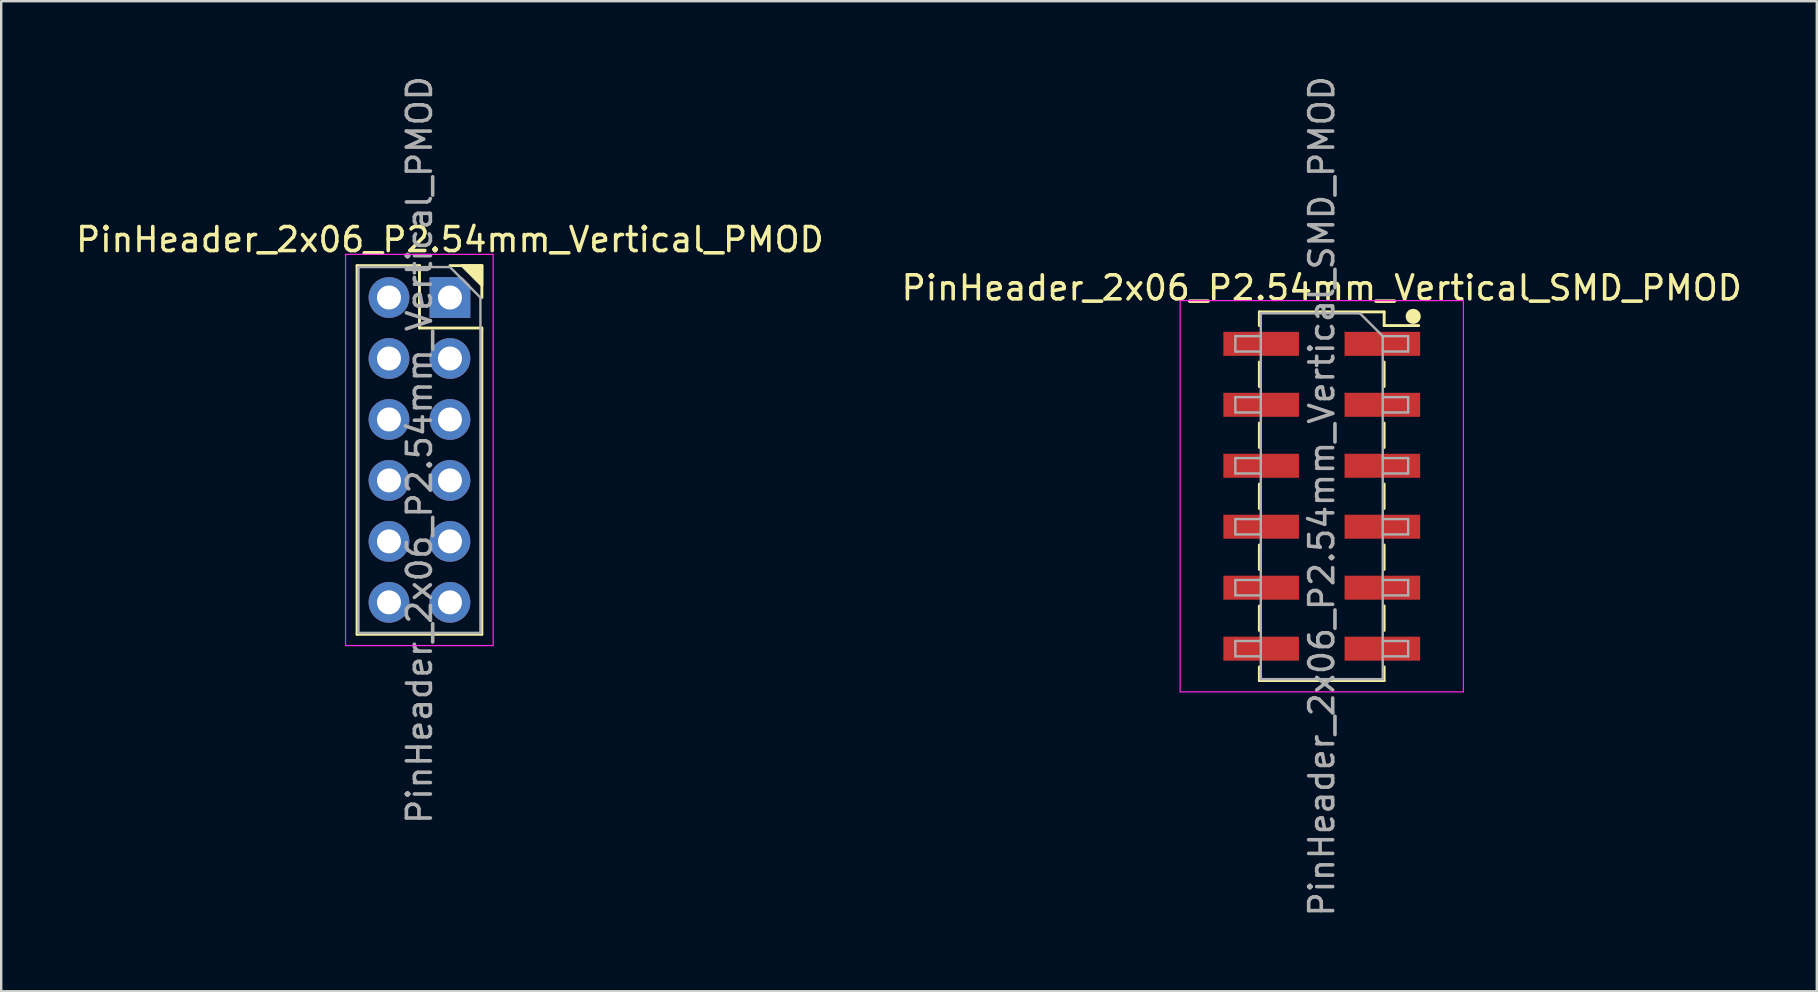
<source format=kicad_pcb>
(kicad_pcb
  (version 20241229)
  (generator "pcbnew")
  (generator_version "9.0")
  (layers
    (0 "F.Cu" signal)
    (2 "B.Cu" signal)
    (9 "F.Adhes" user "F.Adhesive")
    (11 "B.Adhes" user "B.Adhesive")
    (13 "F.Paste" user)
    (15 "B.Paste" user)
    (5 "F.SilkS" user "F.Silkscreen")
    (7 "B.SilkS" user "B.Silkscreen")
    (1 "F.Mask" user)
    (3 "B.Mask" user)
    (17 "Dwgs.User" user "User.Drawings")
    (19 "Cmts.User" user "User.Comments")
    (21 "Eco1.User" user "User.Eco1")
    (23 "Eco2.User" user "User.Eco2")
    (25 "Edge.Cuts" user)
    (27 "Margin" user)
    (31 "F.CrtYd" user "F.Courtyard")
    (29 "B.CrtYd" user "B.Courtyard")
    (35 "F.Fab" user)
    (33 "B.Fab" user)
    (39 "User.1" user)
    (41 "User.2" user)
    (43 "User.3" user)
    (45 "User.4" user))
  (footprint "PinHeader_2x06_P2.54mm_Vertical_SMD_PMOD"
    (layer "F.Cu")
    (at 52.018 17.625)
    (property "Reference" "PinHeader_2x06_P2.54mm_Vertical_SMD_PMOD" (at 0 -8.68 0) (layer "F.SilkS") (effects (font (size 1 1) (thickness 0.15))))
    (attr smd)
    (fp_line (start -2.6 -7.68) (end -2.6 -7.11) (stroke (width 0.12) (type solid)) (layer "F.SilkS"))
    (fp_line (start -2.6 -5.59) (end -2.6 -4.57) (stroke (width 0.12) (type solid)) (layer "F.SilkS"))
    (fp_line (start -2.6 -3.05) (end -2.6 -2.03) (stroke (width 0.12) (type solid)) (layer "F.SilkS"))
    (fp_line (start -2.6 -0.51) (end -2.6 0.51) (stroke (width 0.12) (type solid)) (layer "F.SilkS"))
    (fp_line (start -2.6 2.03) (end -2.6 3.05) (stroke (width 0.12) (type solid)) (layer "F.SilkS"))
    (fp_line (start -2.6 4.57) (end -2.6 5.59) (stroke (width 0.12) (type solid)) (layer "F.SilkS"))
    (fp_line (start -2.6 7.11) (end -2.6 7.68) (stroke (width 0.12) (type solid)) (layer "F.SilkS"))
    (fp_line (start 2.6 -7.68) (end -2.6 -7.68) (stroke (width 0.12) (type solid)) (layer "F.SilkS"))
    (fp_line (start 2.6 -7.68) (end 2.6 -7.11) (stroke (width 0.12) (type solid)) (layer "F.SilkS"))
    (fp_line (start 2.6 -5.59) (end 2.6 -4.57) (stroke (width 0.12) (type solid)) (layer "F.SilkS"))
    (fp_line (start 2.6 -3.05) (end 2.6 -2.03) (stroke (width 0.12) (type solid)) (layer "F.SilkS"))
    (fp_line (start 2.6 -0.51) (end 2.6 0.51) (stroke (width 0.12) (type solid)) (layer "F.SilkS"))
    (fp_line (start 2.6 2.03) (end 2.6 3.05) (stroke (width 0.12) (type solid)) (layer "F.SilkS"))
    (fp_line (start 2.6 4.57) (end 2.6 5.59) (stroke (width 0.12) (type solid)) (layer "F.SilkS"))
    (fp_line (start 2.6 7.11) (end 2.6 7.68) (stroke (width 0.12) (type solid)) (layer "F.SilkS"))
    (fp_line (start 2.6 7.68) (end -2.6 7.68) (stroke (width 0.12) (type solid)) (layer "F.SilkS"))
    (fp_line (start 4.04 -7.11) (end 2.6 -7.11) (stroke (width 0.12) (type solid)) (layer "F.SilkS"))
    (fp_circle (center 3.81 -7.493) (end 4.064 -7.493) (stroke (width 0.12) (type solid)) (fill yes) (layer "F.SilkS"))
    (fp_line (start -5.9 -8.15) (end 5.9 -8.15) (stroke (width 0.05) (type solid)) (layer "F.CrtYd"))
    (fp_line (start -5.9 8.15) (end -5.9 -8.15) (stroke (width 0.05) (type solid)) (layer "F.CrtYd"))
    (fp_line (start 5.9 -8.15) (end 5.9 8.15) (stroke (width 0.05) (type solid)) (layer "F.CrtYd"))
    (fp_line (start 5.9 8.15) (end -5.9 8.15) (stroke (width 0.05) (type solid)) (layer "F.CrtYd"))
    (fp_line (start -3.6 -6.67) (end -3.6 -6.03) (stroke (width 0.1) (type solid)) (layer "F.Fab"))
    (fp_line (start -3.6 -6.03) (end -2.54 -6.03) (stroke (width 0.1) (type solid)) (layer "F.Fab"))
    (fp_line (start -3.6 -4.13) (end -3.6 -3.49) (stroke (width 0.1) (type solid)) (layer "F.Fab"))
    (fp_line (start -3.6 -3.49) (end -2.54 -3.49) (stroke (width 0.1) (type solid)) (layer "F.Fab"))
    (fp_line (start -3.6 -1.59) (end -3.6 -0.95) (stroke (width 0.1) (type solid)) (layer "F.Fab"))
    (fp_line (start -3.6 -0.95) (end -2.54 -0.95) (stroke (width 0.1) (type solid)) (layer "F.Fab"))
    (fp_line (start -3.6 0.95) (end -3.6 1.59) (stroke (width 0.1) (type solid)) (layer "F.Fab"))
    (fp_line (start -3.6 1.59) (end -2.54 1.59) (stroke (width 0.1) (type solid)) (layer "F.Fab"))
    (fp_line (start -3.6 3.49) (end -3.6 4.13) (stroke (width 0.1) (type solid)) (layer "F.Fab"))
    (fp_line (start -3.6 4.13) (end -2.54 4.13) (stroke (width 0.1) (type solid)) (layer "F.Fab"))
    (fp_line (start -3.6 6.03) (end -3.6 6.67) (stroke (width 0.1) (type solid)) (layer "F.Fab"))
    (fp_line (start -3.6 6.67) (end -2.54 6.67) (stroke (width 0.1) (type solid)) (layer "F.Fab"))
    (fp_line (start -2.54 -7.62) (end -2.54 7.62) (stroke (width 0.1) (type solid)) (layer "F.Fab"))
    (fp_line (start -2.54 -6.67) (end -3.6 -6.67) (stroke (width 0.1) (type solid)) (layer "F.Fab"))
    (fp_line (start -2.54 -4.13) (end -3.6 -4.13) (stroke (width 0.1) (type solid)) (layer "F.Fab"))
    (fp_line (start -2.54 -1.59) (end -3.6 -1.59) (stroke (width 0.1) (type solid)) (layer "F.Fab"))
    (fp_line (start -2.54 0.95) (end -3.6 0.95) (stroke (width 0.1) (type solid)) (layer "F.Fab"))
    (fp_line (start -2.54 3.49) (end -3.6 3.49) (stroke (width 0.1) (type solid)) (layer "F.Fab"))
    (fp_line (start -2.54 6.03) (end -3.6 6.03) (stroke (width 0.1) (type solid)) (layer "F.Fab"))
    (fp_line (start -2.54 7.62) (end 2.54 7.62) (stroke (width 0.1) (type solid)) (layer "F.Fab"))
    (fp_line (start 1.59 -7.62) (end -2.54 -7.62) (stroke (width 0.1) (type solid)) (layer "F.Fab"))
    (fp_line (start 2.54 -6.67) (end 1.59 -7.62) (stroke (width 0.1) (type solid)) (layer "F.Fab"))
    (fp_line (start 2.54 -6.67) (end 3.6 -6.67) (stroke (width 0.1) (type solid)) (layer "F.Fab"))
    (fp_line (start 2.54 -4.13) (end 3.6 -4.13) (stroke (width 0.1) (type solid)) (layer "F.Fab"))
    (fp_line (start 2.54 -1.59) (end 3.6 -1.59) (stroke (width 0.1) (type solid)) (layer "F.Fab"))
    (fp_line (start 2.54 0.95) (end 3.6 0.95) (stroke (width 0.1) (type solid)) (layer "F.Fab"))
    (fp_line (start 2.54 3.49) (end 3.6 3.49) (stroke (width 0.1) (type solid)) (layer "F.Fab"))
    (fp_line (start 2.54 6.03) (end 3.6 6.03) (stroke (width 0.1) (type solid)) (layer "F.Fab"))
    (fp_line (start 2.54 7.62) (end 2.54 -6.67) (stroke (width 0.1) (type solid)) (layer "F.Fab"))
    (fp_line (start 3.6 -6.67) (end 3.6 -6.03) (stroke (width 0.1) (type solid)) (layer "F.Fab"))
    (fp_line (start 3.6 -6.03) (end 2.54 -6.03) (stroke (width 0.1) (type solid)) (layer "F.Fab"))
    (fp_line (start 3.6 -4.13) (end 3.6 -3.49) (stroke (width 0.1) (type solid)) (layer "F.Fab"))
    (fp_line (start 3.6 -3.49) (end 2.54 -3.49) (stroke (width 0.1) (type solid)) (layer "F.Fab"))
    (fp_line (start 3.6 -1.59) (end 3.6 -0.95) (stroke (width 0.1) (type solid)) (layer "F.Fab"))
    (fp_line (start 3.6 -0.95) (end 2.54 -0.95) (stroke (width 0.1) (type solid)) (layer "F.Fab"))
    (fp_line (start 3.6 0.95) (end 3.6 1.59) (stroke (width 0.1) (type solid)) (layer "F.Fab"))
    (fp_line (start 3.6 1.59) (end 2.54 1.59) (stroke (width 0.1) (type solid)) (layer "F.Fab"))
    (fp_line (start 3.6 3.49) (end 3.6 4.13) (stroke (width 0.1) (type solid)) (layer "F.Fab"))
    (fp_line (start 3.6 4.13) (end 2.54 4.13) (stroke (width 0.1) (type solid)) (layer "F.Fab"))
    (fp_line (start 3.6 6.03) (end 3.6 6.67) (stroke (width 0.1) (type solid)) (layer "F.Fab"))
    (fp_line (start 3.6 6.67) (end 2.54 6.67) (stroke (width 0.1) (type solid)) (layer "F.Fab"))
    (fp_text user "${REFERENCE}" (at 0 0 90) (layer "F.Fab") (effects (font (size 1 1) (thickness 0.15))))
    (pad "1" smd rect (at 2.525 -6.35) (size 3.15 1) (layers "F.Cu" "F.Mask" "F.Paste"))
    (pad "2" smd rect (at 2.525 -3.81) (size 3.15 1) (layers "F.Cu" "F.Mask" "F.Paste"))
    (pad "3" smd rect (at 2.525 -1.27) (size 3.15 1) (layers "F.Cu" "F.Mask" "F.Paste"))
    (pad "4" smd rect (at 2.525 1.27) (size 3.15 1) (layers "F.Cu" "F.Mask" "F.Paste"))
    (pad "5" smd rect (at 2.525 3.81) (size 3.15 1) (layers "F.Cu" "F.Mask" "F.Paste"))
    (pad "6" smd rect (at 2.525 6.35) (size 3.15 1) (layers "F.Cu" "F.Mask" "F.Paste"))
    (pad "7" smd rect (at -2.525 -6.35) (size 3.15 1) (layers "F.Cu" "F.Mask" "F.Paste"))
    (pad "8" smd rect (at -2.525 -3.81) (size 3.15 1) (layers "F.Cu" "F.Mask" "F.Paste"))
    (pad "9" smd rect (at -2.525 -1.27) (size 3.15 1) (layers "F.Cu" "F.Mask" "F.Paste"))
    (pad "10" smd rect (at -2.525 1.27) (size 3.15 1) (layers "F.Cu" "F.Mask" "F.Paste"))
    (pad "11" smd rect (at -2.525 3.81) (size 3.15 1) (layers "F.Cu" "F.Mask" "F.Paste"))
    (pad "12" smd rect (at -2.525 6.35) (size 3.15 1) (layers "F.Cu" "F.Mask" "F.Paste")))
  (footprint "PinHeader_2x06_P2.54mm_Vertical_PMOD"
    (layer "F.Cu")
    (at 15.696 9.346)
    (property "Reference" "PinHeader_2x06_P2.54mm_Vertical_PMOD" (at 0 -2.413 0) (layer "F.SilkS") (effects (font (size 1 1) (thickness 0.15))))
    (attr through_hole)
    (fp_line (start -3.87 -1.33) (end -3.87 14.03) (stroke (width 0.12) (type solid)) (layer "F.SilkS"))
    (fp_line (start -1.27 -1.33) (end -3.87 -1.33) (stroke (width 0.12) (type solid)) (layer "F.SilkS"))
    (fp_line (start -1.27 1.27) (end -1.27 -1.33) (stroke (width 0.12) (type solid)) (layer "F.SilkS"))
    (fp_line (start 1.33 -1.33) (end 0 -1.33) (stroke (width 0.12) (type solid)) (layer "F.SilkS"))
    (fp_line (start 1.33 0) (end 1.33 -1.33) (stroke (width 0.12) (type solid)) (layer "F.SilkS"))
    (fp_line (start 1.33 1.27) (end -1.27 1.27) (stroke (width 0.12) (type solid)) (layer "F.SilkS"))
    (fp_line (start 1.33 1.27) (end 1.33 14.03) (stroke (width 0.12) (type solid)) (layer "F.SilkS"))
    (fp_line (start 1.33 14.03) (end -3.87 14.03) (stroke (width 0.12) (type solid)) (layer "F.SilkS"))
    (fp_poly (pts (xy 0.508 -1.33) (xy 1.33 -1.33) (xy 1.33 -0.508)) (stroke (width 0.12) (type solid)) (fill yes) (layer "F.SilkS"))
    (fp_line (start -4.35 -1.8) (end 1.8 -1.8) (stroke (width 0.05) (type solid)) (layer "F.CrtYd"))
    (fp_line (start -4.35 14.5) (end -4.35 -1.8) (stroke (width 0.05) (type solid)) (layer "F.CrtYd"))
    (fp_line (start 1.8 -1.8) (end 1.8 14.5) (stroke (width 0.05) (type solid)) (layer "F.CrtYd"))
    (fp_line (start 1.8 14.5) (end -4.35 14.5) (stroke (width 0.05) (type solid)) (layer "F.CrtYd"))
    (fp_line (start -3.81 -1.27) (end -3.81 13.97) (stroke (width 0.1) (type solid)) (layer "F.Fab"))
    (fp_line (start -3.81 13.97) (end 1.27 13.97) (stroke (width 0.1) (type solid)) (layer "F.Fab"))
    (fp_line (start 0 -1.27) (end -3.81 -1.27) (stroke (width 0.1) (type solid)) (layer "F.Fab"))
    (fp_line (start 1.27 0) (end 0 -1.27) (stroke (width 0.1) (type solid)) (layer "F.Fab"))
    (fp_line (start 1.27 13.97) (end 1.27 0) (stroke (width 0.1) (type solid)) (layer "F.Fab"))
    (fp_text user "${REFERENCE}" (at -1.27 6.35 90) (layer "F.Fab") (effects (font (size 1 1) (thickness 0.15))))
    (pad "1" thru_hole roundrect (at 0 0) (size 1.7 1.7) (drill 1) (layers "*.Cu" "*.Mask") (roundrect_rratio 0) (chamfer_ratio 0.2) (chamfer top_right))
    (pad "2" thru_hole oval (at 0 2.54) (size 1.7 1.7) (drill 1) (layers "*.Cu" "*.Mask"))
    (pad "3" thru_hole oval (at 0 5.08) (size 1.7 1.7) (drill 1) (layers "*.Cu" "*.Mask"))
    (pad "4" thru_hole oval (at 0 7.62) (size 1.7 1.7) (drill 1) (layers "*.Cu" "*.Mask"))
    (pad "5" thru_hole oval (at 0 10.16) (size 1.7 1.7) (drill 1) (layers "*.Cu" "*.Mask"))
    (pad "6" thru_hole oval (at 0 12.7) (size 1.7 1.7) (drill 1) (layers "*.Cu" "*.Mask"))
    (pad "7" thru_hole oval (at -2.54 0) (size 1.7 1.7) (drill 1) (layers "*.Cu" "*.Mask"))
    (pad "8" thru_hole oval (at -2.54 2.54) (size 1.7 1.7) (drill 1) (layers "*.Cu" "*.Mask"))
    (pad "9" thru_hole oval (at -2.54 5.08) (size 1.7 1.7) (drill 1) (layers "*.Cu" "*.Mask"))
    (pad "10" thru_hole oval (at -2.54 7.62) (size 1.7 1.7) (drill 1) (layers "*.Cu" "*.Mask"))
    (pad "11" thru_hole oval (at -2.54 10.16) (size 1.7 1.7) (drill 1) (layers "*.Cu" "*.Mask"))
    (pad "12" thru_hole oval (at -2.54 12.7) (size 1.7 1.7) (drill 1) (layers "*.Cu" "*.Mask")))
  (gr_rect
    (start -3 -3)
    (end 72.643 38.25)
    (stroke (width 0.1) (type default))
    (fill no)
    (layer "Edge.Cuts")))
</source>
